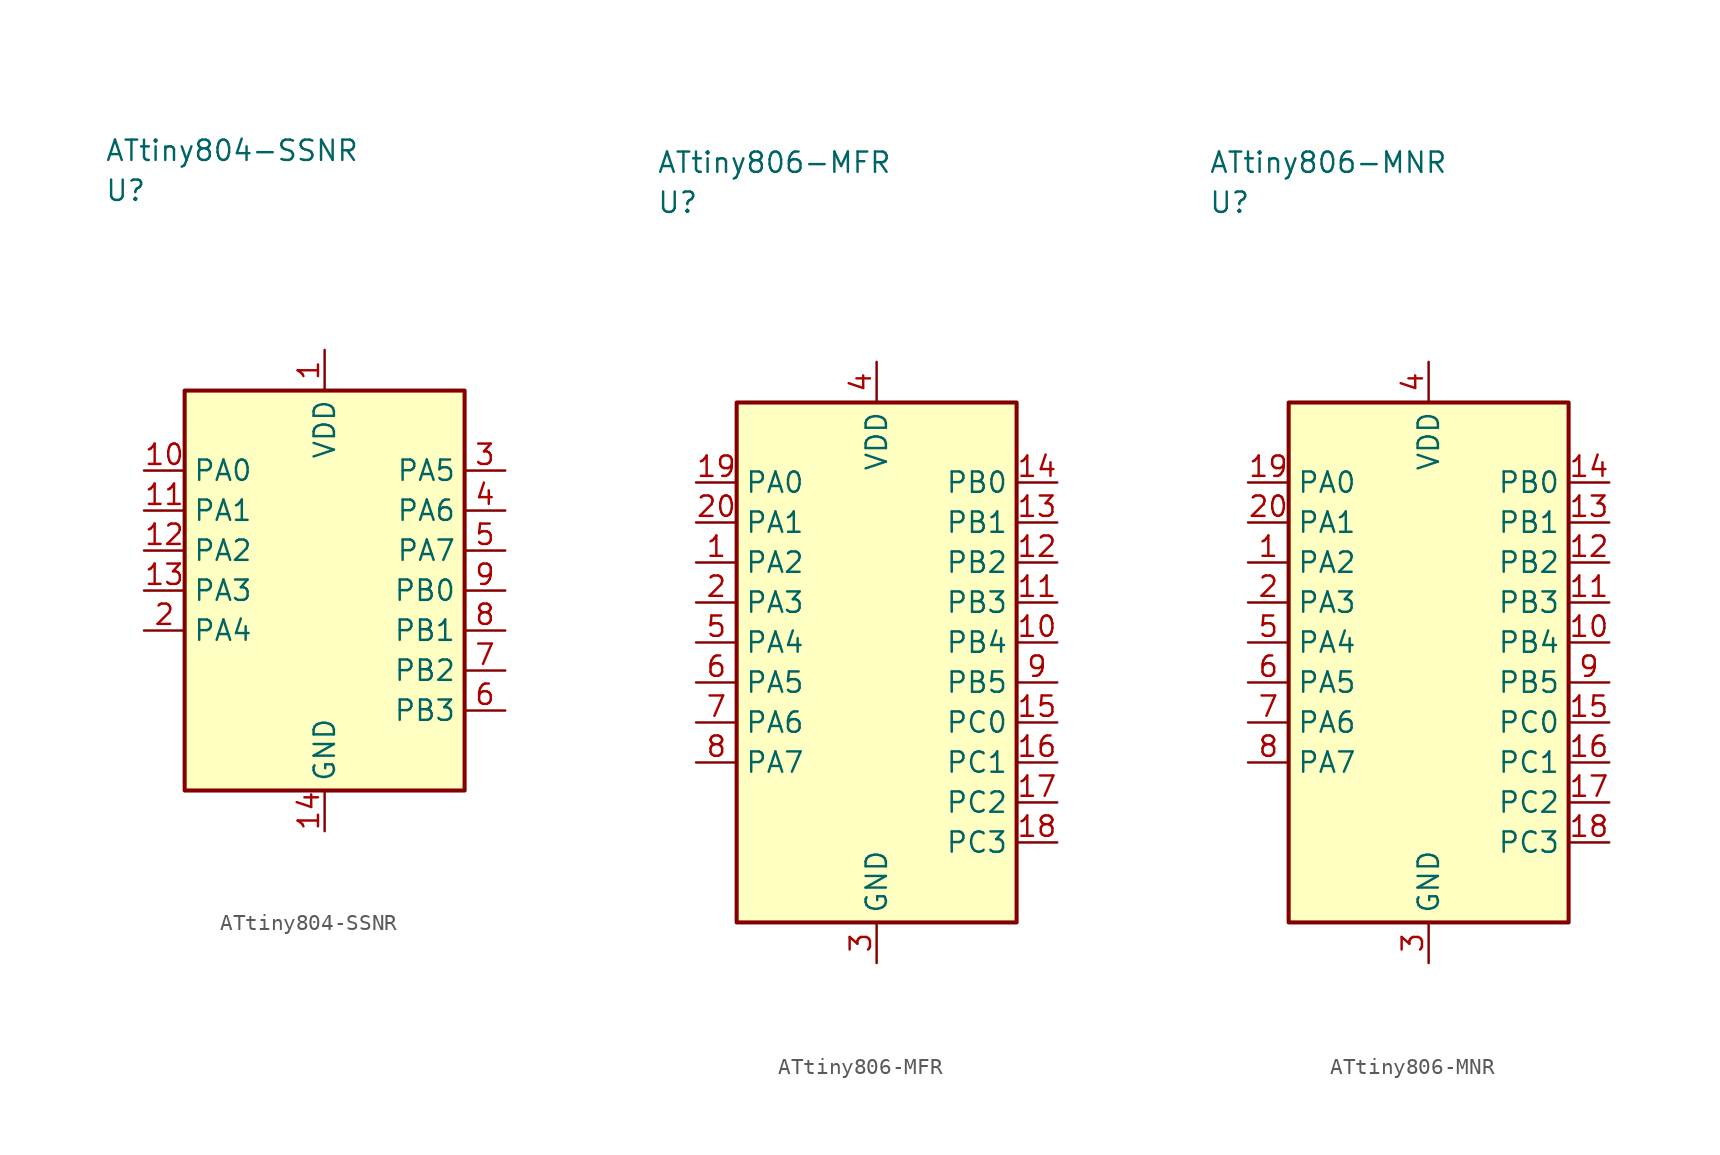
<source format=kicad_sym>
(kicad_symbol_lib
  (version 20241025)
  (generator "kicad_symbol_editor")
  (generator_version "8.0")
  (symbol "ATtiny804-SSNR"
    (property "Reference" "U"
      (at -13.75 25.0 0)
      (effects (font (size 1.27 1.27)) (justify left)))
    (property "Value" "ATtiny804-SSNR"
      (at -13.75 27.5 0)
      (effects (font (size 1.27 1.27)) (justify left)))
    (symbol "ATtiny804-SSNR_0_1"
      (rectangle (start -8.75 12.5) (end 8.75 -12.5) (stroke (width 0.254) (type default)) (fill (type background))))
    (symbol "ATtiny804-SSNR_1_1"
      (pin power_in line (at 0.0 15.04 270.0) (length 2.54) (name "VDD" (effects (font (size 1.27 1.27)))) (number "1" (effects (font (size 1.27 1.27)))))
      (pin bidirectional line (at -11.29 -2.5 0.0) (length 2.54) (name "PA4" (effects (font (size 1.27 1.27)))) (number "2" (effects (font (size 1.27 1.27)))))
      (pin bidirectional line (at 11.29 7.5 180.0) (length 2.54) (name "PA5" (effects (font (size 1.27 1.27)))) (number "3" (effects (font (size 1.27 1.27)))))
      (pin bidirectional line (at 11.29 5.0 180.0) (length 2.54) (name "PA6" (effects (font (size 1.27 1.27)))) (number "4" (effects (font (size 1.27 1.27)))))
      (pin bidirectional line (at 11.29 2.5 180.0) (length 2.54) (name "PA7" (effects (font (size 1.27 1.27)))) (number "5" (effects (font (size 1.27 1.27)))))
      (pin bidirectional line (at 11.29 -7.5 180.0) (length 2.54) (name "PB3" (effects (font (size 1.27 1.27)))) (number "6" (effects (font (size 1.27 1.27)))))
      (pin bidirectional line (at 11.29 -5.0 180.0) (length 2.54) (name "PB2" (effects (font (size 1.27 1.27)))) (number "7" (effects (font (size 1.27 1.27)))))
      (pin bidirectional line (at 11.29 -2.5 180.0) (length 2.54) (name "PB1" (effects (font (size 1.27 1.27)))) (number "8" (effects (font (size 1.27 1.27)))))
      (pin bidirectional line (at 11.29 0.0 180.0) (length 2.54) (name "PB0" (effects (font (size 1.27 1.27)))) (number "9" (effects (font (size 1.27 1.27)))))
      (pin bidirectional line (at -11.29 7.5 0.0) (length 2.54) (name "PA0" (effects (font (size 1.27 1.27)))) (number "10" (effects (font (size 1.27 1.27)))))
      (pin bidirectional line (at -11.29 5.0 0.0) (length 2.54) (name "PA1" (effects (font (size 1.27 1.27)))) (number "11" (effects (font (size 1.27 1.27)))))
      (pin bidirectional line (at -11.29 2.5 0.0) (length 2.54) (name "PA2" (effects (font (size 1.27 1.27)))) (number "12" (effects (font (size 1.27 1.27)))))
      (pin bidirectional line (at -11.29 0.0 0.0) (length 2.54) (name "PA3" (effects (font (size 1.27 1.27)))) (number "13" (effects (font (size 1.27 1.27)))))
      (pin passive line (at 0.0 -15.04 90.0) (length 2.54) (name "GND" (effects (font (size 1.27 1.27)))) (number "14" (effects (font (size 1.27 1.27)))))))
  (symbol "ATtiny806-MFR"
    (property "Reference" "U"
      (at -13.75 28.75 0)
      (effects (font (size 1.27 1.27)) (justify left)))
    (property "Value" "ATtiny806-MFR"
      (at -13.75 31.25 0)
      (effects (font (size 1.27 1.27)) (justify left)))
    (symbol "ATtiny806-MFR_0_1"
      (rectangle (start -8.75 16.25) (end 8.75 -16.25) (stroke (width 0.254) (type default)) (fill (type background))))
    (symbol "ATtiny806-MFR_1_1"
      (pin bidirectional line (at -11.29 6.25 0.0) (length 2.54) (name "PA2" (effects (font (size 1.27 1.27)))) (number "1" (effects (font (size 1.27 1.27)))))
      (pin bidirectional line (at -11.29 3.75 0.0) (length 2.54) (name "PA3" (effects (font (size 1.27 1.27)))) (number "2" (effects (font (size 1.27 1.27)))))
      (pin passive line (at 0.0 -18.79 90.0) (length 2.54) (name "GND" (effects (font (size 1.27 1.27)))) (number "3" (effects (font (size 1.27 1.27)))))
      (pin power_in line (at 0.0 18.79 270.0) (length 2.54) (name "VDD" (effects (font (size 1.27 1.27)))) (number "4" (effects (font (size 1.27 1.27)))))
      (pin bidirectional line (at -11.29 1.25 0.0) (length 2.54) (name "PA4" (effects (font (size 1.27 1.27)))) (number "5" (effects (font (size 1.27 1.27)))))
      (pin bidirectional line (at -11.29 -1.25 0.0) (length 2.54) (name "PA5" (effects (font (size 1.27 1.27)))) (number "6" (effects (font (size 1.27 1.27)))))
      (pin bidirectional line (at -11.29 -3.75 0.0) (length 2.54) (name "PA6" (effects (font (size 1.27 1.27)))) (number "7" (effects (font (size 1.27 1.27)))))
      (pin bidirectional line (at -11.29 -6.25 0.0) (length 2.54) (name "PA7" (effects (font (size 1.27 1.27)))) (number "8" (effects (font (size 1.27 1.27)))))
      (pin bidirectional line (at 11.29 -1.25 180.0) (length 2.54) (name "PB5" (effects (font (size 1.27 1.27)))) (number "9" (effects (font (size 1.27 1.27)))))
      (pin bidirectional line (at 11.29 1.25 180.0) (length 2.54) (name "PB4" (effects (font (size 1.27 1.27)))) (number "10" (effects (font (size 1.27 1.27)))))
      (pin bidirectional line (at 11.29 3.75 180.0) (length 2.54) (name "PB3" (effects (font (size 1.27 1.27)))) (number "11" (effects (font (size 1.27 1.27)))))
      (pin bidirectional line (at 11.29 6.25 180.0) (length 2.54) (name "PB2" (effects (font (size 1.27 1.27)))) (number "12" (effects (font (size 1.27 1.27)))))
      (pin bidirectional line (at 11.29 8.75 180.0) (length 2.54) (name "PB1" (effects (font (size 1.27 1.27)))) (number "13" (effects (font (size 1.27 1.27)))))
      (pin bidirectional line (at 11.29 11.25 180.0) (length 2.54) (name "PB0" (effects (font (size 1.27 1.27)))) (number "14" (effects (font (size 1.27 1.27)))))
      (pin bidirectional line (at 11.29 -3.75 180.0) (length 2.54) (name "PC0" (effects (font (size 1.27 1.27)))) (number "15" (effects (font (size 1.27 1.27)))))
      (pin bidirectional line (at 11.29 -6.25 180.0) (length 2.54) (name "PC1" (effects (font (size 1.27 1.27)))) (number "16" (effects (font (size 1.27 1.27)))))
      (pin bidirectional line (at 11.29 -8.75 180.0) (length 2.54) (name "PC2" (effects (font (size 1.27 1.27)))) (number "17" (effects (font (size 1.27 1.27)))))
      (pin bidirectional line (at 11.29 -11.25 180.0) (length 2.54) (name "PC3" (effects (font (size 1.27 1.27)))) (number "18" (effects (font (size 1.27 1.27)))))
      (pin bidirectional line (at -11.29 11.25 0.0) (length 2.54) (name "PA0" (effects (font (size 1.27 1.27)))) (number "19" (effects (font (size 1.27 1.27)))))
      (pin bidirectional line (at -11.29 8.75 0.0) (length 2.54) (name "PA1" (effects (font (size 1.27 1.27)))) (number "20" (effects (font (size 1.27 1.27)))))))
  (symbol "ATtiny806-MNR"
    (property "Reference" "U"
      (at -13.75 28.75 0)
      (effects (font (size 1.27 1.27)) (justify left)))
    (property "Value" "ATtiny806-MNR"
      (at -13.75 31.25 0)
      (effects (font (size 1.27 1.27)) (justify left)))
    (symbol "ATtiny806-MNR_0_1"
      (rectangle (start -8.75 16.25) (end 8.75 -16.25) (stroke (width 0.254) (type default)) (fill (type background))))
    (symbol "ATtiny806-MNR_1_1"
      (pin bidirectional line (at -11.29 6.25 0.0) (length 2.54) (name "PA2" (effects (font (size 1.27 1.27)))) (number "1" (effects (font (size 1.27 1.27)))))
      (pin bidirectional line (at -11.29 3.75 0.0) (length 2.54) (name "PA3" (effects (font (size 1.27 1.27)))) (number "2" (effects (font (size 1.27 1.27)))))
      (pin passive line (at 0.0 -18.79 90.0) (length 2.54) (name "GND" (effects (font (size 1.27 1.27)))) (number "3" (effects (font (size 1.27 1.27)))))
      (pin power_in line (at 0.0 18.79 270.0) (length 2.54) (name "VDD" (effects (font (size 1.27 1.27)))) (number "4" (effects (font (size 1.27 1.27)))))
      (pin bidirectional line (at -11.29 1.25 0.0) (length 2.54) (name "PA4" (effects (font (size 1.27 1.27)))) (number "5" (effects (font (size 1.27 1.27)))))
      (pin bidirectional line (at -11.29 -1.25 0.0) (length 2.54) (name "PA5" (effects (font (size 1.27 1.27)))) (number "6" (effects (font (size 1.27 1.27)))))
      (pin bidirectional line (at -11.29 -3.75 0.0) (length 2.54) (name "PA6" (effects (font (size 1.27 1.27)))) (number "7" (effects (font (size 1.27 1.27)))))
      (pin bidirectional line (at -11.29 -6.25 0.0) (length 2.54) (name "PA7" (effects (font (size 1.27 1.27)))) (number "8" (effects (font (size 1.27 1.27)))))
      (pin bidirectional line (at 11.29 -1.25 180.0) (length 2.54) (name "PB5" (effects (font (size 1.27 1.27)))) (number "9" (effects (font (size 1.27 1.27)))))
      (pin bidirectional line (at 11.29 1.25 180.0) (length 2.54) (name "PB4" (effects (font (size 1.27 1.27)))) (number "10" (effects (font (size 1.27 1.27)))))
      (pin bidirectional line (at 11.29 3.75 180.0) (length 2.54) (name "PB3" (effects (font (size 1.27 1.27)))) (number "11" (effects (font (size 1.27 1.27)))))
      (pin bidirectional line (at 11.29 6.25 180.0) (length 2.54) (name "PB2" (effects (font (size 1.27 1.27)))) (number "12" (effects (font (size 1.27 1.27)))))
      (pin bidirectional line (at 11.29 8.75 180.0) (length 2.54) (name "PB1" (effects (font (size 1.27 1.27)))) (number "13" (effects (font (size 1.27 1.27)))))
      (pin bidirectional line (at 11.29 11.25 180.0) (length 2.54) (name "PB0" (effects (font (size 1.27 1.27)))) (number "14" (effects (font (size 1.27 1.27)))))
      (pin bidirectional line (at 11.29 -3.75 180.0) (length 2.54) (name "PC0" (effects (font (size 1.27 1.27)))) (number "15" (effects (font (size 1.27 1.27)))))
      (pin bidirectional line (at 11.29 -6.25 180.0) (length 2.54) (name "PC1" (effects (font (size 1.27 1.27)))) (number "16" (effects (font (size 1.27 1.27)))))
      (pin bidirectional line (at 11.29 -8.75 180.0) (length 2.54) (name "PC2" (effects (font (size 1.27 1.27)))) (number "17" (effects (font (size 1.27 1.27)))))
      (pin bidirectional line (at 11.29 -11.25 180.0) (length 2.54) (name "PC3" (effects (font (size 1.27 1.27)))) (number "18" (effects (font (size 1.27 1.27)))))
      (pin bidirectional line (at -11.29 11.25 0.0) (length 2.54) (name "PA0" (effects (font (size 1.27 1.27)))) (number "19" (effects (font (size 1.27 1.27)))))
      (pin bidirectional line (at -11.29 8.75 0.0) (length 2.54) (name "PA1" (effects (font (size 1.27 1.27)))) (number "20" (effects (font (size 1.27 1.27))))))))
</source>
